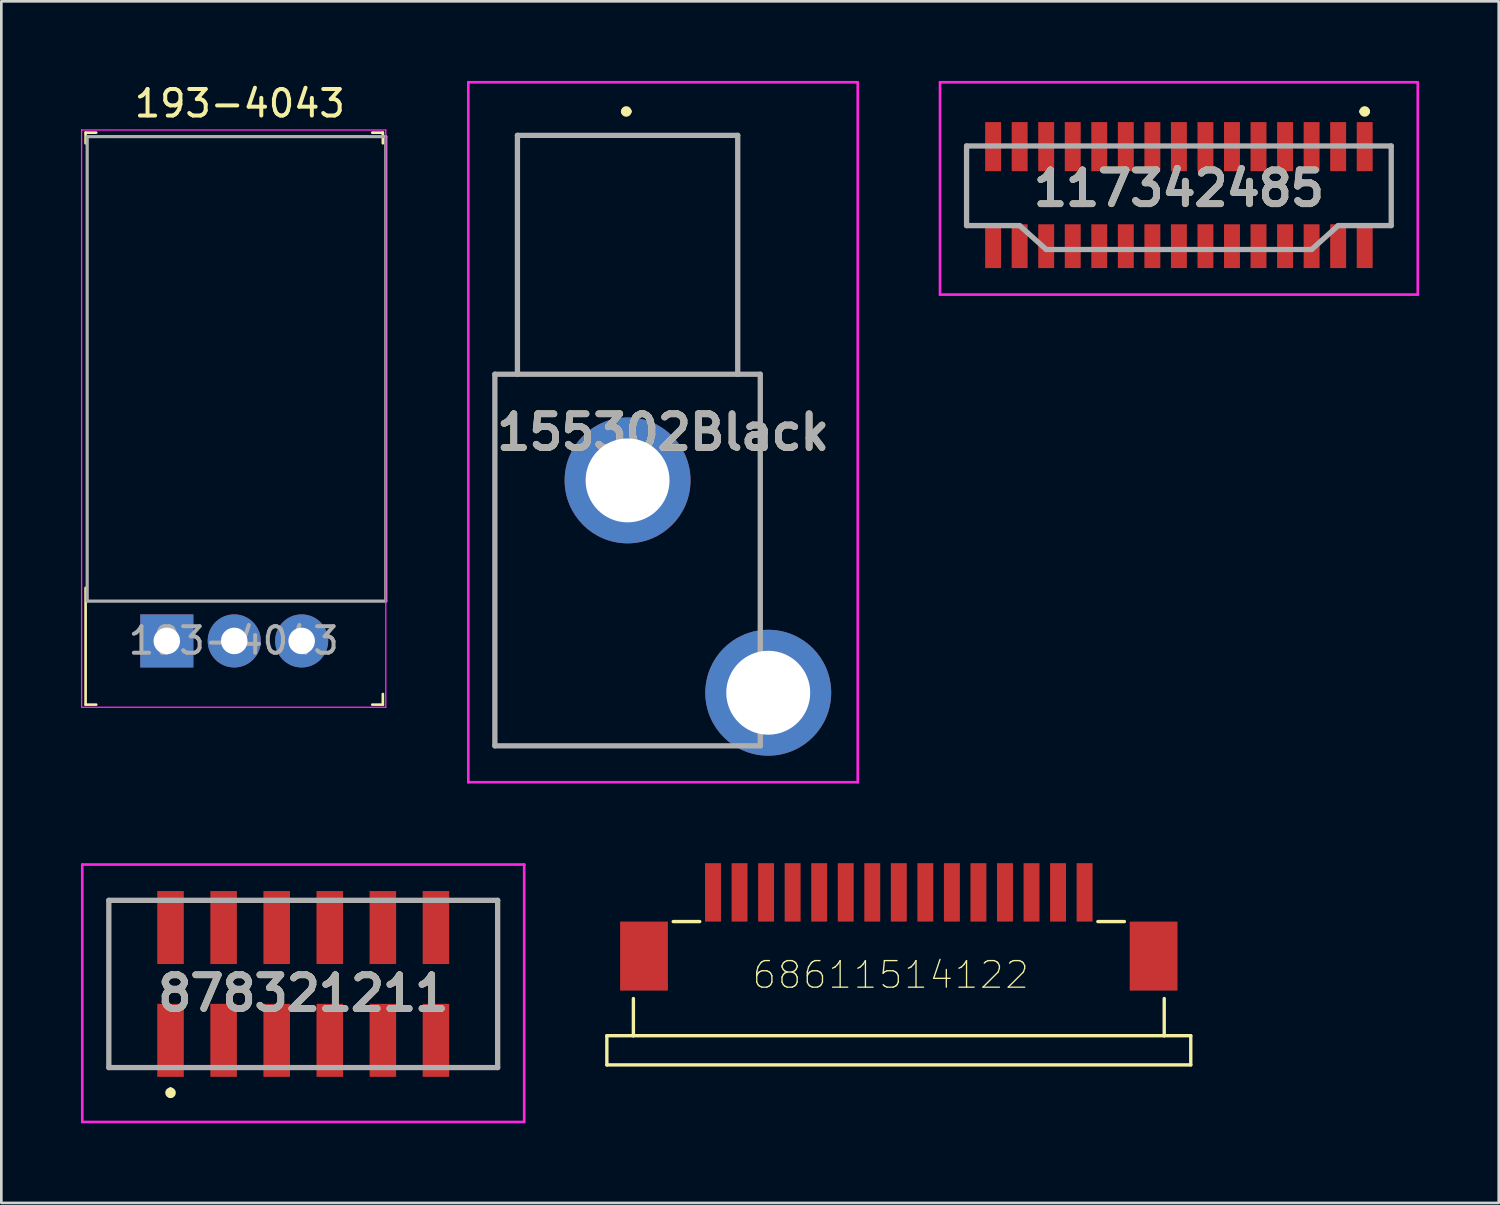
<source format=kicad_pcb>
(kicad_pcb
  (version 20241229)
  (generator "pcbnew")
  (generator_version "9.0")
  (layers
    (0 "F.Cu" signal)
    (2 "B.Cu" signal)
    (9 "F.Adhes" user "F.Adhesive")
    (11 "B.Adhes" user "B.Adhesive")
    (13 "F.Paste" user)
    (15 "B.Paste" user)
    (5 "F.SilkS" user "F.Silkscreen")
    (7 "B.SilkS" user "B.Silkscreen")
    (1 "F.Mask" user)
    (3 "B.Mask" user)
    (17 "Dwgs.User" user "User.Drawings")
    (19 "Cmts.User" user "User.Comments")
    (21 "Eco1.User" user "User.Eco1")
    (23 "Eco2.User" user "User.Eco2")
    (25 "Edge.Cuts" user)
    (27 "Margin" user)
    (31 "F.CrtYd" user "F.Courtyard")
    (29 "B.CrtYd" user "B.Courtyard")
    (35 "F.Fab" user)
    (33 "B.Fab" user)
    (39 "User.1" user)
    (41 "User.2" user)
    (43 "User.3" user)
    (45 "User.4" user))
  (footprint "155302Black"
    (layer "F.Cu")
    (at 20.745 13.05)
    (property "Reference" "155302Black" (at 1.186 0.186 0) (layer "F.SilkS") (effects (font (size 1.27 1.27) (thickness 0.254))))
    (attr through_hole)
    (fp_line (start -5.15 -2) (end 4.85 -2) (stroke (width 0.1) (type solid)) (layer "F.SilkS"))
    (fp_line (start -5.15 12) (end -5.15 -2) (stroke (width 0.1) (type solid)) (layer "F.SilkS"))
    (fp_line (start -4.3 -11) (end 4 -11) (stroke (width 0.1) (type solid)) (layer "F.SilkS"))
    (fp_line (start -4.3 -2) (end -4.3 -11) (stroke (width 0.1) (type solid)) (layer "F.SilkS"))
    (fp_line (start -0.3 -11.9) (end -0.3 -11.9) (stroke (width 0.2) (type solid)) (layer "F.SilkS"))
    (fp_line (start -0.1 -11.9) (end -0.1 -11.9) (stroke (width 0.2) (type solid)) (layer "F.SilkS"))
    (fp_line (start 2.85 12) (end -5.15 12) (stroke (width 0.1) (type solid)) (layer "F.SilkS"))
    (fp_line (start 4 -11) (end 4 -2) (stroke (width 0.1) (type solid)) (layer "F.SilkS"))
    (fp_line (start 4.85 -2) (end 4.85 7) (stroke (width 0.1) (type solid)) (layer "F.SilkS"))
    (fp_arc (start -0.3 -11.9) (mid -0.2 -12) (end -0.1 -11.9) (stroke (width 0.2) (type solid)) (layer "F.SilkS"))
    (fp_arc (start -0.1 -11.9) (mid -0.2 -11.8) (end -0.3 -11.9) (stroke (width 0.2) (type solid)) (layer "F.SilkS"))
    (fp_line (start -6.15 -13) (end 8.522 -13) (stroke (width 0.1) (type solid)) (layer "F.CrtYd"))
    (fp_line (start -6.15 13.372) (end -6.15 -13) (stroke (width 0.1) (type solid)) (layer "F.CrtYd"))
    (fp_line (start 8.522 -13) (end 8.522 13.372) (stroke (width 0.1) (type solid)) (layer "F.CrtYd"))
    (fp_line (start 8.522 13.372) (end -6.15 13.372) (stroke (width 0.1) (type solid)) (layer "F.CrtYd"))
    (fp_line (start -5.15 -2) (end 4.85 -2) (stroke (width 0.2) (type solid)) (layer "F.Fab"))
    (fp_line (start -5.15 12) (end -5.15 -2) (stroke (width 0.2) (type solid)) (layer "F.Fab"))
    (fp_line (start -4.3 -11) (end 4 -11) (stroke (width 0.2) (type solid)) (layer "F.Fab"))
    (fp_line (start -4.3 -2) (end -4.3 -11) (stroke (width 0.2) (type solid)) (layer "F.Fab"))
    (fp_line (start 4 -11) (end 4 -2) (stroke (width 0.2) (type solid)) (layer "F.Fab"))
    (fp_line (start 4.85 -2) (end 4.85 12) (stroke (width 0.2) (type solid)) (layer "F.Fab"))
    (fp_line (start 4.85 12) (end -5.15 12) (stroke (width 0.2) (type solid)) (layer "F.Fab"))
    (fp_text user "${REFERENCE}" (at 1.186 0.186 0) (layer "F.Fab") (effects (font (size 1.27 1.27) (thickness 0.254))))
    (pad "" np_thru_hole circle (at -3.9 2) (size 0.001 0.001) (drill 1.7) (layers "*.Cu" "*.Mask"))
    (pad "" np_thru_hole circle (at -0.15 8.5) (size 0.001 0.001) (drill 2) (layers "*.Cu" "*.Mask"))
    (pad "" np_thru_hole circle (at 3.6 2) (size 0.001 0.001) (drill 1.7) (layers "*.Cu" "*.Mask"))
    (pad "1" thru_hole circle (at -0.15 2) (size 4.743 4.743) (drill 3.162) (layers "*.Cu" "*.Mask"))
    (pad "2" thru_hole circle (at 5.15 10) (size 4.743 4.743) (drill 3.162) (layers "*.Cu" "*.Mask")))
  (footprint "193-4043"
    (layer "F.Cu")
    (at 3.235 21.098)
    (property "Reference" "193-4043" (at 2.75 -20.25 0) (layer "F.SilkS") (effects (font (size 1 1) (thickness 0.15))))
    (attr through_hole)
    (fp_line (start -3.06 -19.15) (end -3.06 -18.75) (stroke (width 0.1) (type solid)) (layer "F.SilkS"))
    (fp_line (start -3.06 -19.15) (end -2.66 -19.15) (stroke (width 0.1) (type solid)) (layer "F.SilkS"))
    (fp_line (start -3.06 2.4) (end -3.06 -2) (stroke (width 0.1) (type solid)) (layer "F.SilkS"))
    (fp_line (start -3.06 2.4) (end -2.66 2.4) (stroke (width 0.1) (type solid)) (layer "F.SilkS"))
    (fp_line (start -2.6 -19) (end 7.5 -19) (stroke (width 0.1) (type solid)) (layer "F.SilkS"))
    (fp_line (start 7.74 -19.15) (end 8.14 -19.15) (stroke (width 0.1) (type solid)) (layer "F.SilkS"))
    (fp_line (start 8.14 -19.15) (end 8.14 -18.75) (stroke (width 0.1) (type solid)) (layer "F.SilkS"))
    (fp_line (start 8.14 2.4) (end 7.74 2.4) (stroke (width 0.1) (type solid)) (layer "F.SilkS"))
    (fp_line (start 8.14 2.4) (end 8.14 2) (stroke (width 0.1) (type solid)) (layer "F.SilkS"))
    (fp_line (start -3.21 -19.25) (end -3.21 2.5) (stroke (width 0.05) (type solid)) (layer "F.CrtYd"))
    (fp_line (start -3.21 -19.25) (end 8.25 -19.25) (stroke (width 0.05) (type solid)) (layer "F.CrtYd"))
    (fp_line (start -3.21 2.5) (end 8.25 2.5) (stroke (width 0.05) (type solid)) (layer "F.CrtYd"))
    (fp_line (start 8.25 -19.25) (end 8.25 2.5) (stroke (width 0.05) (type solid)) (layer "F.CrtYd"))
    (fp_line (start -3 -19) (end 8.25 -19) (stroke (width 0.12) (type solid)) (layer "F.Fab"))
    (fp_line (start -3 -1.5) (end -3 -19) (stroke (width 0.12) (type solid)) (layer "F.Fab"))
    (fp_line (start -2.45 -19) (end 7.54 -19) (stroke (width 0.1) (type solid)) (layer "F.Fab"))
    (fp_line (start 8.25 -19) (end 8.25 -1.5) (stroke (width 0.12) (type solid)) (layer "F.Fab"))
    (fp_line (start 8.25 -1.5) (end -3 -1.5) (stroke (width 0.12) (type solid)) (layer "F.Fab"))
    (fp_text user "${REFERENCE}" (at 2.52 -0.01 0) (layer "F.Fab") (effects (font (size 1 1) (thickness 0.15))))
    (pad "1" thru_hole rect (at 0 0) (size 2 2) (drill 1) (layers "*.Cu" "*.Mask"))
    (pad "2" thru_hole circle (at 2.54 0) (size 2 2) (drill 1) (layers "*.Cu" "*.Mask"))
    (pad "3" thru_hole circle (at 5.08 0) (size 2 2) (drill 1) (layers "*.Cu" "*.Mask")))
  (footprint "68611514122"
    (layer "F.Cu")
    (at 30.814 32.972)
    (property "Reference" "68611514122" (at -0.305 0.711 0) (layer "F.SilkS") (effects (font (size 1 1) (thickness 0.05))))
    (attr smd)
    (fp_line (start -11 3) (end -10 3) (stroke (width 0.127) (type solid)) (layer "F.SilkS"))
    (fp_line (start -11 4.1) (end -11 3) (stroke (width 0.127) (type solid)) (layer "F.SilkS"))
    (fp_line (start -10 1.6) (end -10 3) (stroke (width 0.127) (type solid)) (layer "F.SilkS"))
    (fp_line (start -10 3) (end 10 3) (stroke (width 0.127) (type solid)) (layer "F.SilkS"))
    (fp_line (start -8.5 -1.3) (end -7.5 -1.3) (stroke (width 0.127) (type solid)) (layer "F.SilkS"))
    (fp_line (start 7.5 -1.3) (end 8.5 -1.3) (stroke (width 0.127) (type solid)) (layer "F.SilkS"))
    (fp_line (start 10 1.6) (end 10 3) (stroke (width 0.127) (type solid)) (layer "F.SilkS"))
    (fp_line (start 10 3) (end 11 3) (stroke (width 0.127) (type solid)) (layer "F.SilkS"))
    (fp_line (start 11 3) (end 11 4.1) (stroke (width 0.127) (type solid)) (layer "F.SilkS"))
    (fp_line (start 11 4.1) (end -11 4.1) (stroke (width 0.127) (type solid)) (layer "F.SilkS"))
    (fp_line (start -10 -1.3) (end 10 -1.3) (stroke (width 0.127) (type solid)) (layer "Eco2.User"))
    (fp_line (start -10 3) (end -10 -1.3) (stroke (width 0.127) (type solid)) (layer "Eco2.User"))
    (fp_line (start 10 -1.3) (end 10 3) (stroke (width 0.127) (type solid)) (layer "Eco2.User"))
    (pad "1" smd rect (at -7 -2.4) (size 0.6 2.2) (layers "F.Cu" "F.Mask" "F.Paste"))
    (pad "2" smd rect (at -6 -2.4) (size 0.6 2.2) (layers "F.Cu" "F.Mask" "F.Paste"))
    (pad "3" smd rect (at -5 -2.4) (size 0.6 2.2) (layers "F.Cu" "F.Mask" "F.Paste"))
    (pad "4" smd rect (at -4 -2.4) (size 0.6 2.2) (layers "F.Cu" "F.Mask" "F.Paste"))
    (pad "5" smd rect (at -3 -2.4) (size 0.6 2.2) (layers "F.Cu" "F.Mask" "F.Paste"))
    (pad "6" smd rect (at -2 -2.4) (size 0.6 2.2) (layers "F.Cu" "F.Mask" "F.Paste"))
    (pad "7" smd rect (at -1 -2.4) (size 0.6 2.2) (layers "F.Cu" "F.Mask" "F.Paste"))
    (pad "8" smd rect (at 0 -2.4) (size 0.6 2.2) (layers "F.Cu" "F.Mask" "F.Paste"))
    (pad "9" smd rect (at 1 -2.4) (size 0.6 2.2) (layers "F.Cu" "F.Mask" "F.Paste"))
    (pad "10" smd rect (at 2 -2.4) (size 0.6 2.2) (layers "F.Cu" "F.Mask" "F.Paste"))
    (pad "11" smd rect (at 3 -2.4) (size 0.6 2.2) (layers "F.Cu" "F.Mask" "F.Paste"))
    (pad "12" smd rect (at 4 -2.4) (size 0.6 2.2) (layers "F.Cu" "F.Mask" "F.Paste"))
    (pad "13" smd rect (at 5 -2.4) (size 0.6 2.2) (layers "F.Cu" "F.Mask" "F.Paste"))
    (pad "14" smd rect (at 6 -2.4) (size 0.6 2.2) (layers "F.Cu" "F.Mask" "F.Paste"))
    (pad "15" smd rect (at 7 -2.4) (size 0.6 2.2) (layers "F.Cu" "F.Mask" "F.Paste"))
    (pad "Z1" smd rect (at -9.6 0) (size 1.8 2.6) (layers "F.Cu" "F.Mask" "F.Paste"))
    (pad "Z2" smd rect (at 9.6 0) (size 1.8 2.6) (layers "F.Cu" "F.Mask" "F.Paste")))
  (footprint "878321211"
    (layer "F.Cu")
    (at 8.375 34.022)
    (property "Reference" "878321211" (at 0 0.35 0) (layer "F.SilkS") (effects (font (size 1.27 1.27) (thickness 0.254))))
    (attr through_hole)
    (fp_line (start -7.325 -3.15) (end -7.325 3.15) (stroke (width 0.1) (type solid)) (layer "F.SilkS"))
    (fp_line (start -5 4) (end -5 4) (stroke (width 0.2) (type solid)) (layer "F.SilkS"))
    (fp_line (start -5 4.2) (end -5 4.2) (stroke (width 0.2) (type solid)) (layer "F.SilkS"))
    (fp_line (start 7.325 -3.15) (end 7.325 3.15) (stroke (width 0.1) (type solid)) (layer "F.SilkS"))
    (fp_arc (start -5 4) (mid -4.9 4.1) (end -5 4.2) (stroke (width 0.2) (type solid)) (layer "F.SilkS"))
    (fp_arc (start -5 4.2) (mid -5.1 4.1) (end -5 4) (stroke (width 0.2) (type solid)) (layer "F.SilkS"))
    (fp_line (start -8.325 -4.5) (end 8.325 -4.5) (stroke (width 0.1) (type solid)) (layer "F.CrtYd"))
    (fp_line (start -8.325 5.2) (end -8.325 -4.5) (stroke (width 0.1) (type solid)) (layer "F.CrtYd"))
    (fp_line (start 8.325 -4.5) (end 8.325 5.2) (stroke (width 0.1) (type solid)) (layer "F.CrtYd"))
    (fp_line (start 8.325 5.2) (end -8.325 5.2) (stroke (width 0.1) (type solid)) (layer "F.CrtYd"))
    (fp_line (start -7.325 -3.15) (end 7.325 -3.15) (stroke (width 0.2) (type solid)) (layer "F.Fab"))
    (fp_line (start -7.325 3.15) (end -7.325 -3.15) (stroke (width 0.2) (type solid)) (layer "F.Fab"))
    (fp_line (start 7.325 -3.15) (end 7.325 3.15) (stroke (width 0.2) (type solid)) (layer "F.Fab"))
    (fp_line (start 7.325 3.15) (end -7.325 3.15) (stroke (width 0.2) (type solid)) (layer "F.Fab"))
    (fp_text user "${REFERENCE}" (at 0 0.35 0) (layer "F.Fab") (effects (font (size 1.27 1.27) (thickness 0.254))))
    (pad "" np_thru_hole circle (at -4 -0.005) (size 0.001 0.001) (drill 1.05) (layers "*.Cu" "*.Mask"))
    (pad "" np_thru_hole circle (at 4 -0.005) (size 0.001 0.001) (drill 1.05) (layers "*.Cu" "*.Mask"))
    (pad "1" smd rect (at -5 2.125) (size 1 2.75) (layers "F.Cu" "F.Mask" "F.Paste"))
    (pad "2" smd rect (at -5 -2.125) (size 1 2.75) (layers "F.Cu" "F.Mask" "F.Paste"))
    (pad "3" smd rect (at -3 2.125) (size 1 2.75) (layers "F.Cu" "F.Mask" "F.Paste"))
    (pad "4" smd rect (at -3 -2.125) (size 1 2.75) (layers "F.Cu" "F.Mask" "F.Paste"))
    (pad "5" smd rect (at -1 2.125) (size 1 2.75) (layers "F.Cu" "F.Mask" "F.Paste"))
    (pad "6" smd rect (at -1 -2.125) (size 1 2.75) (layers "F.Cu" "F.Mask" "F.Paste"))
    (pad "7" smd rect (at 1 2.125) (size 1 2.75) (layers "F.Cu" "F.Mask" "F.Paste"))
    (pad "8" smd rect (at 1 -2.125) (size 1 2.75) (layers "F.Cu" "F.Mask" "F.Paste"))
    (pad "9" smd rect (at 3 2.125) (size 1 2.75) (layers "F.Cu" "F.Mask" "F.Paste"))
    (pad "10" smd rect (at 3 -2.125) (size 1 2.75) (layers "F.Cu" "F.Mask" "F.Paste"))
    (pad "11" smd rect (at 5 2.125) (size 1 2.75) (layers "F.Cu" "F.Mask" "F.Paste"))
    (pad "12" smd rect (at 5 -2.125) (size 1 2.75) (layers "F.Cu" "F.Mask" "F.Paste")))
  (footprint "117342485"
    (layer "F.Cu")
    (at 41.367 2.45)
    (property "Reference" "117342485" (at 0 1.6 0) (layer "F.SilkS") (effects (font (size 1.27 1.27) (thickness 0.254))))
    (attr smd)
    (fp_line (start -8 0) (end -8 3) (stroke (width 0.1) (type solid)) (layer "F.SilkS"))
    (fp_line (start 6.9 -1.3) (end 6.9 -1.3) (stroke (width 0.2) (type solid)) (layer "F.SilkS"))
    (fp_line (start 7.1 -1.3) (end 7.1 -1.3) (stroke (width 0.2) (type solid)) (layer "F.SilkS"))
    (fp_line (start 8 0) (end 8 3) (stroke (width 0.1) (type solid)) (layer "F.SilkS"))
    (fp_arc (start 6.9 -1.3) (mid 7 -1.4) (end 7.1 -1.3) (stroke (width 0.2) (type solid)) (layer "F.SilkS"))
    (fp_arc (start 7.1 -1.3) (mid 7 -1.2) (end 6.9 -1.3) (stroke (width 0.2) (type solid)) (layer "F.SilkS"))
    (fp_line (start -9 -2.4) (end 9 -2.4) (stroke (width 0.1) (type solid)) (layer "F.CrtYd"))
    (fp_line (start -9 5.6) (end -9 -2.4) (stroke (width 0.1) (type solid)) (layer "F.CrtYd"))
    (fp_line (start 9 -2.4) (end 9 5.6) (stroke (width 0.1) (type solid)) (layer "F.CrtYd"))
    (fp_line (start 9 5.6) (end -9 5.6) (stroke (width 0.1) (type solid)) (layer "F.CrtYd"))
    (fp_line (start -8 0) (end -8 3) (stroke (width 0.2) (type solid)) (layer "F.Fab"))
    (fp_line (start -8 3) (end -6 3) (stroke (width 0.2) (type solid)) (layer "F.Fab"))
    (fp_line (start -6 3) (end -5 3.9) (stroke (width 0.2) (type solid)) (layer "F.Fab"))
    (fp_line (start -5 3.9) (end 5 3.9) (stroke (width 0.2) (type solid)) (layer "F.Fab"))
    (fp_line (start 5 3.9) (end 6 3) (stroke (width 0.2) (type solid)) (layer "F.Fab"))
    (fp_line (start 6 3) (end 8 3) (stroke (width 0.2) (type solid)) (layer "F.Fab"))
    (fp_line (start 8 0) (end -8 0) (stroke (width 0.2) (type solid)) (layer "F.Fab"))
    (fp_line (start 8 3) (end 8 0) (stroke (width 0.2) (type solid)) (layer "F.Fab"))
    (fp_text user "${REFERENCE}" (at 0 1.6 0) (layer "F.Fab") (effects (font (size 1.27 1.27) (thickness 0.254))))
    (pad "1" smd rect (at 7 0.025) (size 0.6 1.85) (layers "F.Cu" "F.Mask" "F.Paste"))
    (pad "2" smd rect (at 6 0.025) (size 0.6 1.85) (layers "F.Cu" "F.Mask" "F.Paste"))
    (pad "3" smd rect (at 5 0.025) (size 0.6 1.85) (layers "F.Cu" "F.Mask" "F.Paste"))
    (pad "4" smd rect (at 4 0.025) (size 0.6 1.85) (layers "F.Cu" "F.Mask" "F.Paste"))
    (pad "5" smd rect (at 3 0.025) (size 0.6 1.85) (layers "F.Cu" "F.Mask" "F.Paste"))
    (pad "6" smd rect (at 2 0.025) (size 0.6 1.85) (layers "F.Cu" "F.Mask" "F.Paste"))
    (pad "7" smd rect (at 1 0.025) (size 0.6 1.85) (layers "F.Cu" "F.Mask" "F.Paste"))
    (pad "8" smd rect (at 0 0.025) (size 0.6 1.85) (layers "F.Cu" "F.Mask" "F.Paste"))
    (pad "9" smd rect (at -1 0.025) (size 0.6 1.85) (layers "F.Cu" "F.Mask" "F.Paste"))
    (pad "10" smd rect (at -2 0.025) (size 0.6 1.85) (layers "F.Cu" "F.Mask" "F.Paste"))
    (pad "11" smd rect (at -3 0.025) (size 0.6 1.85) (layers "F.Cu" "F.Mask" "F.Paste"))
    (pad "12" smd rect (at -4 0.025) (size 0.6 1.85) (layers "F.Cu" "F.Mask" "F.Paste"))
    (pad "13" smd rect (at -5 0.025) (size 0.6 1.85) (layers "F.Cu" "F.Mask" "F.Paste"))
    (pad "14" smd rect (at -6 0.025) (size 0.6 1.85) (layers "F.Cu" "F.Mask" "F.Paste"))
    (pad "15" smd rect (at -7 0.025) (size 0.6 1.85) (layers "F.Cu" "F.Mask" "F.Paste"))
    (pad "16" smd rect (at 7 3.775) (size 0.6 1.65) (layers "F.Cu" "F.Mask" "F.Paste"))
    (pad "17" smd rect (at 6 3.775) (size 0.6 1.65) (layers "F.Cu" "F.Mask" "F.Paste"))
    (pad "18" smd rect (at 5 3.775) (size 0.6 1.65) (layers "F.Cu" "F.Mask" "F.Paste"))
    (pad "19" smd rect (at 4 3.775) (size 0.6 1.65) (layers "F.Cu" "F.Mask" "F.Paste"))
    (pad "20" smd rect (at 3 3.775) (size 0.6 1.65) (layers "F.Cu" "F.Mask" "F.Paste"))
    (pad "21" smd rect (at 2 3.775) (size 0.6 1.65) (layers "F.Cu" "F.Mask" "F.Paste"))
    (pad "22" smd rect (at 1 3.775) (size 0.6 1.65) (layers "F.Cu" "F.Mask" "F.Paste"))
    (pad "23" smd rect (at 0 3.775) (size 0.6 1.65) (layers "F.Cu" "F.Mask" "F.Paste"))
    (pad "24" smd rect (at -1 3.775) (size 0.6 1.65) (layers "F.Cu" "F.Mask" "F.Paste"))
    (pad "25" smd rect (at -2 3.775) (size 0.6 1.65) (layers "F.Cu" "F.Mask" "F.Paste"))
    (pad "26" smd rect (at -3 3.775) (size 0.6 1.65) (layers "F.Cu" "F.Mask" "F.Paste"))
    (pad "27" smd rect (at -4 3.775) (size 0.6 1.65) (layers "F.Cu" "F.Mask" "F.Paste"))
    (pad "28" smd rect (at -5 3.775) (size 0.6 1.65) (layers "F.Cu" "F.Mask" "F.Paste"))
    (pad "29" smd rect (at -6 3.775) (size 0.6 1.65) (layers "F.Cu" "F.Mask" "F.Paste"))
    (pad "30" smd rect (at -7 3.775) (size 0.6 1.65) (layers "F.Cu" "F.Mask" "F.Paste")))
  (gr_rect
    (start -3 -3)
    (end 53.417 42.272)
    (stroke (width 0.1) (type default))
    (fill no)
    (layer "Edge.Cuts")))
</source>
